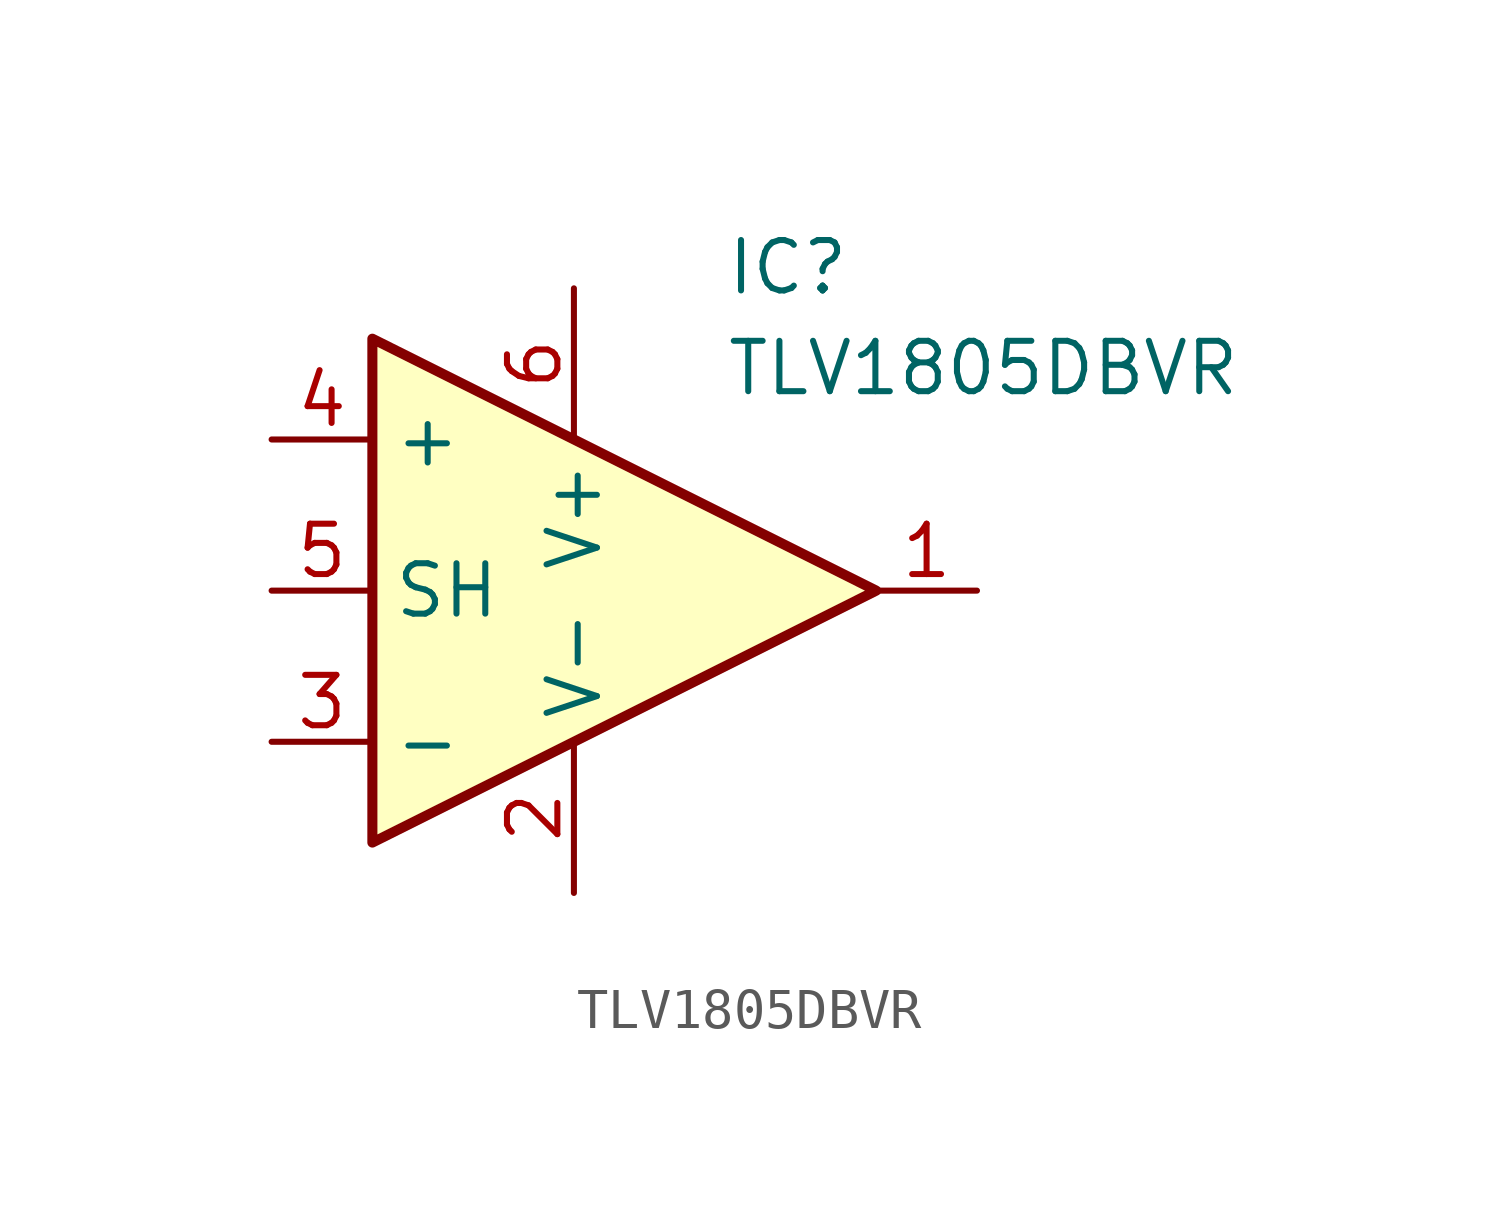
<source format=kicad_sym>
(kicad_symbol_lib
  (version 20220914)
  (generator kicad_symbol_editor)
  (symbol "TLV1805DBVR"
    (property "Reference" "IC"
      (at 3.81 8.89 0)
      (effects (font (size 1.27 1.27)) (justify left top)))
    (property "Value" "TLV1805DBVR"
      (at 3.81 6.35 0)
      (effects (font (size 1.27 1.27)) (justify left top)))
    (symbol "TLV1805DBVR_0_1"
      (polyline (pts (xy -5.08 6.35) (xy -5.08 -6.35) (xy 7.62 0) (xy -5.08 6.35)) (stroke (width 0.254) (type default)) (fill (type background))))
    (symbol "TLV1805DBVR_1_1"
      (pin output line (at 10.16 0 180) (length 2.54) (name "~" (effects (font (size 1.27 1.27)))) (number "1" (effects (font (size 1.27 1.27)))))
      (pin power_in line (at 0 -7.62 90) (length 3.81) (name "V-" (effects (font (size 1.27 1.27)))) (number "2" (effects (font (size 1.27 1.27)))))
      (pin input line (at -7.62 -3.81 0) (length 2.54) (name "-" (effects (font (size 1.27 1.27)))) (number "3" (effects (font (size 1.27 1.27)))))
      (pin input line (at -7.62 3.81 0) (length 2.54) (name "+" (effects (font (size 1.27 1.27)))) (number "4" (effects (font (size 1.27 1.27)))))
      (pin input line (at -7.62 0 0) (length 2.54) (name "SH" (effects (font (size 1.27 1.27)))) (number "5" (effects (font (size 1.27 1.27)))))
      (pin power_in line (at 0 7.62 270) (length 3.81) (name "V+" (effects (font (size 1.27 1.27)))) (number "6" (effects (font (size 1.27 1.27))))))))
</source>
